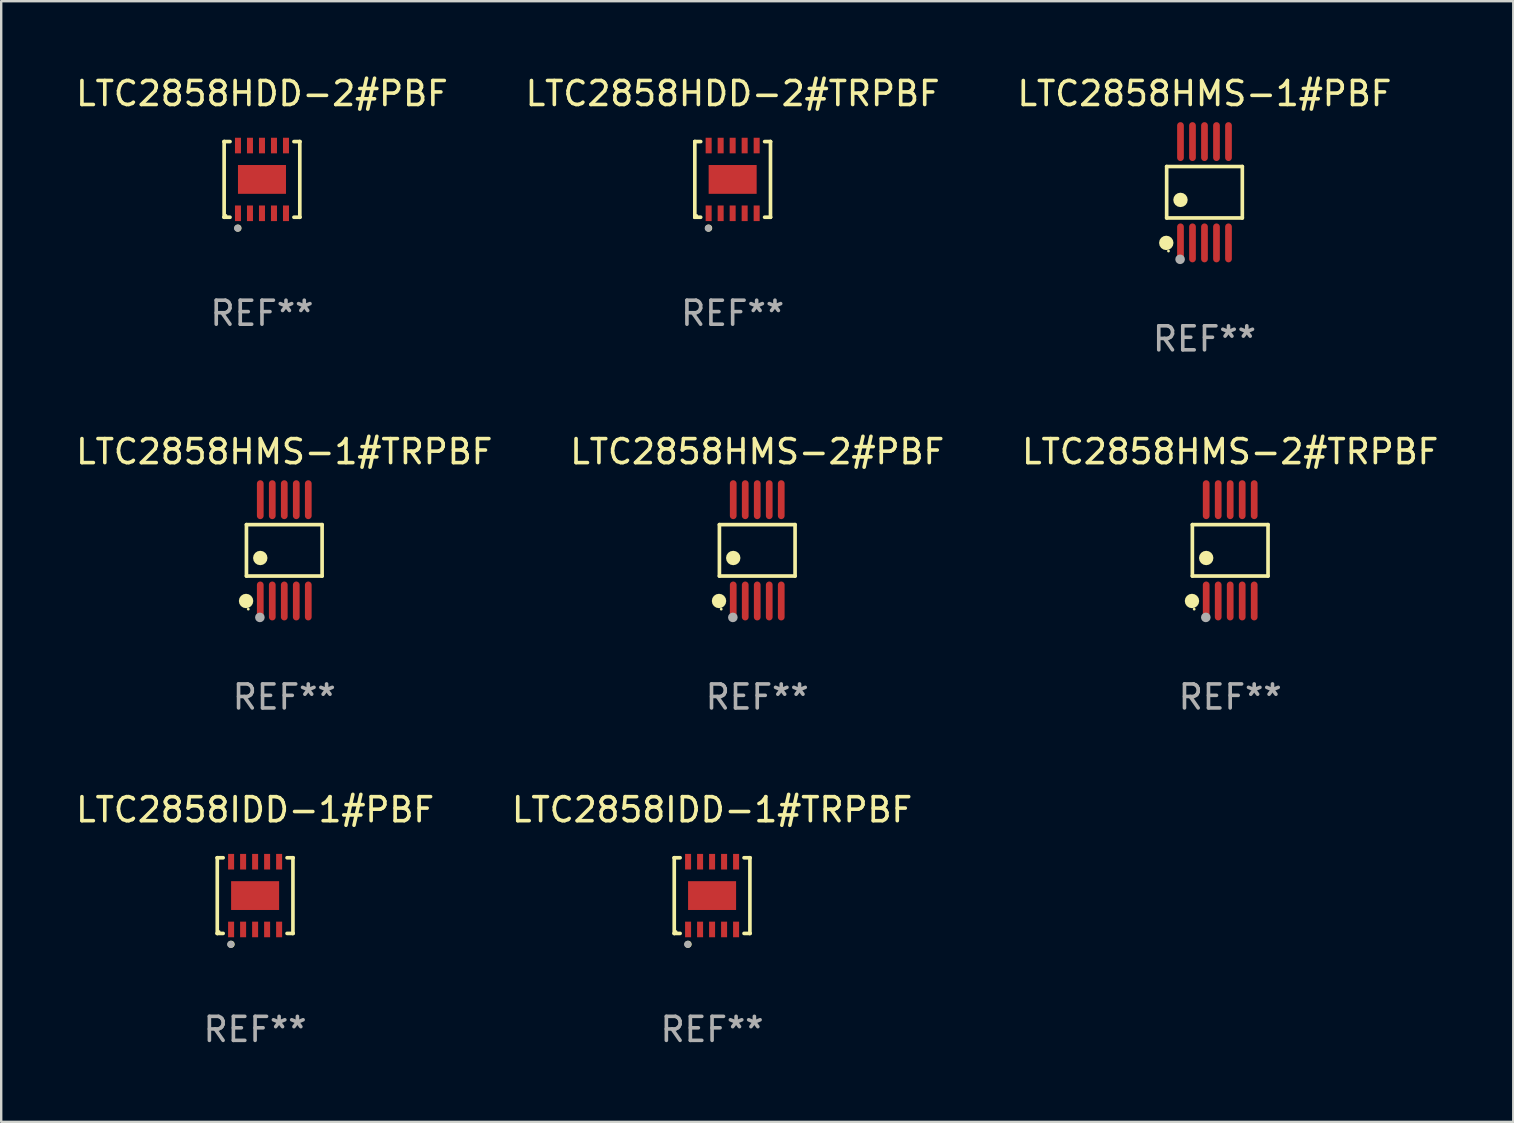
<source format=kicad_pcb>
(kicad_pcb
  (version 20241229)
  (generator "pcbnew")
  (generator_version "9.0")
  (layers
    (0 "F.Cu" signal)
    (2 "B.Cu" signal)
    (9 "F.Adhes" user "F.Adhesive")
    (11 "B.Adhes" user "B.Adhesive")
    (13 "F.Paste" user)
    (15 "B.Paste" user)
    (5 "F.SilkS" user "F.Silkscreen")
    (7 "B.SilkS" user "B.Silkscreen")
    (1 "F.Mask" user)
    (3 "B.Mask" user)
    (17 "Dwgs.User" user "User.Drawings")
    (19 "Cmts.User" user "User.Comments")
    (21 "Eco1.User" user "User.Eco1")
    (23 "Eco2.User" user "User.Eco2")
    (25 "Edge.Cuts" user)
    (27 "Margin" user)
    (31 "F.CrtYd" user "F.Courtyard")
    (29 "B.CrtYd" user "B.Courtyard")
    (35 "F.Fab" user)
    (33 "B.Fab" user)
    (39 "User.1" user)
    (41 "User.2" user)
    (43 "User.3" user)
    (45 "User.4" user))
  (footprint "LTC2858HMS-2#TRPBF"
    (layer "F.Cu")
    (at 48.196 19.875)
    (property "Reference" "LTC2858HMS-2#TRPBF" (at 0 -4.11 0) (layer "F.SilkS") (effects (font (size 1 1) (thickness 0.15))))
    (attr through_hole)
    (fp_line (start -1.576 -1.071) (end 1.576 -1.071) (stroke (width 0.152) (type solid)) (layer "F.SilkS"))
    (fp_line (start -1.576 1.071) (end -1.576 -1.071) (stroke (width 0.152) (type solid)) (layer "F.SilkS"))
    (fp_line (start 1.576 -1.071) (end 1.576 1.071) (stroke (width 0.152) (type solid)) (layer "F.SilkS"))
    (fp_line (start 1.576 1.071) (end -1.576 1.071) (stroke (width 0.152) (type solid)) (layer "F.SilkS"))
    (fp_circle (center -1.592 2.11) (end -1.442 2.11) (stroke (width 0.3) (type solid)) (fill no) (layer "F.SilkS"))
    (fp_circle (center -1.5 2.45) (end -1.47 2.45) (stroke (width 0.06) (type solid)) (fill no) (layer "F.SilkS"))
    (fp_circle (center -1 0.319) (end -0.85 0.319) (stroke (width 0.3) (type solid)) (fill no) (layer "F.SilkS"))
    (fp_circle (center -1.016 2.794) (end -0.916 2.794) (stroke (width 0.2) (type solid)) (fill no) (layer "F.Fab"))
    (fp_text user "REF**" (at 0 6.11 0) (layer "F.Fab") (effects (font (size 1 1) (thickness 0.15))))
    (pad "1" smd oval (at -1 2.11) (size 0.28 1.62) (layers "F.Cu" "F.Mask" "F.Paste"))
    (pad "2" smd oval (at -0.5 2.11) (size 0.28 1.62) (layers "F.Cu" "F.Mask" "F.Paste"))
    (pad "3" smd oval (at 0 2.11) (size 0.28 1.62) (layers "F.Cu" "F.Mask" "F.Paste"))
    (pad "4" smd oval (at 0.5 2.11) (size 0.28 1.62) (layers "F.Cu" "F.Mask" "F.Paste"))
    (pad "5" smd oval (at 1 2.11) (size 0.28 1.62) (layers "F.Cu" "F.Mask" "F.Paste"))
    (pad "6" smd oval (at 1 -2.11) (size 0.28 1.62) (layers "F.Cu" "F.Mask" "F.Paste"))
    (pad "7" smd oval (at 0.5 -2.11) (size 0.28 1.62) (layers "F.Cu" "F.Mask" "F.Paste"))
    (pad "8" smd oval (at 0 -2.11) (size 0.28 1.62) (layers "F.Cu" "F.Mask" "F.Paste"))
    (pad "9" smd oval (at -0.5 -2.11) (size 0.28 1.62) (layers "F.Cu" "F.Mask" "F.Paste"))
    (pad "10" smd oval (at -1 -2.11) (size 0.28 1.62) (layers "F.Cu" "F.Mask" "F.Paste")))
  (footprint "LTC2858HDD-2#PBF"
    (layer "F.Cu")
    (at 7.863 4.424)
    (property "Reference" "LTC2858HDD-2#PBF" (at 0 -3.576 0) (layer "F.SilkS") (effects (font (size 1 1) (thickness 0.15))))
    (attr through_hole)
    (fp_line (start -1.576 -1.576) (end -1.576 -1.576) (stroke (width 0.152) (type solid)) (layer "F.SilkS"))
    (fp_line (start -1.576 -1.576) (end -1.331 -1.576) (stroke (width 0.152) (type solid)) (layer "F.SilkS"))
    (fp_line (start -1.576 1.576) (end -1.576 -1.576) (stroke (width 0.152) (type solid)) (layer "F.SilkS"))
    (fp_line (start -1.576 1.576) (end -1.576 1.576) (stroke (width 0.152) (type solid)) (layer "F.SilkS"))
    (fp_line (start -1.331 1.576) (end -1.576 1.576) (stroke (width 0.152) (type solid)) (layer "F.SilkS"))
    (fp_line (start 1.331 1.576) (end 1.576 1.576) (stroke (width 0.152) (type solid)) (layer "F.SilkS"))
    (fp_line (start 1.576 -1.576) (end 1.331 -1.576) (stroke (width 0.152) (type solid)) (layer "F.SilkS"))
    (fp_line (start 1.576 -1.576) (end 1.576 -1.576) (stroke (width 0.152) (type solid)) (layer "F.SilkS"))
    (fp_line (start 1.576 1.576) (end 1.576 -1.576) (stroke (width 0.152) (type solid)) (layer "F.SilkS"))
    (fp_line (start 1.576 1.576) (end 1.576 1.576) (stroke (width 0.152) (type solid)) (layer "F.SilkS"))
    (fp_circle (center -1.5 1.5) (end -1.47 1.5) (stroke (width 0.06) (type solid)) (fill no) (layer "F.SilkS"))
    (fp_circle (center -1 2.028) (end -0.925 2.028) (stroke (width 0.15) (type solid)) (fill no) (layer "F.SilkS"))
    (fp_circle (center -1.016 2.032) (end -0.941 2.032) (stroke (width 0.15) (type solid)) (fill no) (layer "F.Fab"))
    (fp_text user "REF**" (at 0 5.576 0) (layer "F.Fab") (effects (font (size 1 1) (thickness 0.15))))
    (pad "1" smd rect (at -1 1.411) (size 0.25 0.65) (layers "F.Cu" "F.Mask" "F.Paste"))
    (pad "2" smd rect (at -0.5 1.411) (size 0.25 0.65) (layers "F.Cu" "F.Mask" "F.Paste"))
    (pad "3" smd rect (at 0 1.411) (size 0.25 0.65) (layers "F.Cu" "F.Mask" "F.Paste"))
    (pad "4" smd rect (at 0.5 1.411) (size 0.25 0.65) (layers "F.Cu" "F.Mask" "F.Paste"))
    (pad "5" smd rect (at 1 1.411) (size 0.25 0.65) (layers "F.Cu" "F.Mask" "F.Paste"))
    (pad "6" smd rect (at 1 -1.411) (size 0.25 0.65) (layers "F.Cu" "F.Mask" "F.Paste"))
    (pad "7" smd rect (at 0.5 -1.411) (size 0.25 0.65) (layers "F.Cu" "F.Mask" "F.Paste"))
    (pad "8" smd rect (at 0 -1.411) (size 0.25 0.65) (layers "F.Cu" "F.Mask" "F.Paste"))
    (pad "9" smd rect (at -0.5 -1.411) (size 0.25 0.65) (layers "F.Cu" "F.Mask" "F.Paste"))
    (pad "10" smd rect (at -1 -1.411) (size 0.25 0.65) (layers "F.Cu" "F.Mask" "F.Paste"))
    (pad "11" smd rect (at 0 0) (size 2 1.2) (layers "F.Cu" "F.Mask" "F.Paste")))
  (footprint "LTC2858HMS-2#PBF"
    (layer "F.Cu")
    (at 28.494 19.875)
    (property "Reference" "LTC2858HMS-2#PBF" (at 0 -4.11 0) (layer "F.SilkS") (effects (font (size 1 1) (thickness 0.15))))
    (attr through_hole)
    (fp_line (start -1.576 -1.071) (end 1.576 -1.071) (stroke (width 0.152) (type solid)) (layer "F.SilkS"))
    (fp_line (start -1.576 1.071) (end -1.576 -1.071) (stroke (width 0.152) (type solid)) (layer "F.SilkS"))
    (fp_line (start 1.576 -1.071) (end 1.576 1.071) (stroke (width 0.152) (type solid)) (layer "F.SilkS"))
    (fp_line (start 1.576 1.071) (end -1.576 1.071) (stroke (width 0.152) (type solid)) (layer "F.SilkS"))
    (fp_circle (center -1.592 2.11) (end -1.442 2.11) (stroke (width 0.3) (type solid)) (fill no) (layer "F.SilkS"))
    (fp_circle (center -1.5 2.45) (end -1.47 2.45) (stroke (width 0.06) (type solid)) (fill no) (layer "F.SilkS"))
    (fp_circle (center -1 0.319) (end -0.85 0.319) (stroke (width 0.3) (type solid)) (fill no) (layer "F.SilkS"))
    (fp_circle (center -1.016 2.794) (end -0.916 2.794) (stroke (width 0.2) (type solid)) (fill no) (layer "F.Fab"))
    (fp_text user "REF**" (at 0 6.11 0) (layer "F.Fab") (effects (font (size 1 1) (thickness 0.15))))
    (pad "1" smd oval (at -1 2.11) (size 0.28 1.62) (layers "F.Cu" "F.Mask" "F.Paste"))
    (pad "2" smd oval (at -0.5 2.11) (size 0.28 1.62) (layers "F.Cu" "F.Mask" "F.Paste"))
    (pad "3" smd oval (at 0 2.11) (size 0.28 1.62) (layers "F.Cu" "F.Mask" "F.Paste"))
    (pad "4" smd oval (at 0.5 2.11) (size 0.28 1.62) (layers "F.Cu" "F.Mask" "F.Paste"))
    (pad "5" smd oval (at 1 2.11) (size 0.28 1.62) (layers "F.Cu" "F.Mask" "F.Paste"))
    (pad "6" smd oval (at 1 -2.11) (size 0.28 1.62) (layers "F.Cu" "F.Mask" "F.Paste"))
    (pad "7" smd oval (at 0.5 -2.11) (size 0.28 1.62) (layers "F.Cu" "F.Mask" "F.Paste"))
    (pad "8" smd oval (at 0 -2.11) (size 0.28 1.62) (layers "F.Cu" "F.Mask" "F.Paste"))
    (pad "9" smd oval (at -0.5 -2.11) (size 0.28 1.62) (layers "F.Cu" "F.Mask" "F.Paste"))
    (pad "10" smd oval (at -1 -2.11) (size 0.28 1.62) (layers "F.Cu" "F.Mask" "F.Paste")))
  (footprint "LTC2858IDD-1#PBF"
    (layer "F.Cu")
    (at 7.577 34.257)
    (property "Reference" "LTC2858IDD-1#PBF" (at 0 -3.576 0) (layer "F.SilkS") (effects (font (size 1 1) (thickness 0.15))))
    (attr through_hole)
    (fp_line (start -1.576 -1.576) (end -1.576 -1.576) (stroke (width 0.152) (type solid)) (layer "F.SilkS"))
    (fp_line (start -1.576 -1.576) (end -1.331 -1.576) (stroke (width 0.152) (type solid)) (layer "F.SilkS"))
    (fp_line (start -1.576 1.576) (end -1.576 -1.576) (stroke (width 0.152) (type solid)) (layer "F.SilkS"))
    (fp_line (start -1.576 1.576) (end -1.576 1.576) (stroke (width 0.152) (type solid)) (layer "F.SilkS"))
    (fp_line (start -1.331 1.576) (end -1.576 1.576) (stroke (width 0.152) (type solid)) (layer "F.SilkS"))
    (fp_line (start 1.331 1.576) (end 1.576 1.576) (stroke (width 0.152) (type solid)) (layer "F.SilkS"))
    (fp_line (start 1.576 -1.576) (end 1.331 -1.576) (stroke (width 0.152) (type solid)) (layer "F.SilkS"))
    (fp_line (start 1.576 -1.576) (end 1.576 -1.576) (stroke (width 0.152) (type solid)) (layer "F.SilkS"))
    (fp_line (start 1.576 1.576) (end 1.576 -1.576) (stroke (width 0.152) (type solid)) (layer "F.SilkS"))
    (fp_line (start 1.576 1.576) (end 1.576 1.576) (stroke (width 0.152) (type solid)) (layer "F.SilkS"))
    (fp_circle (center -1.5 1.5) (end -1.47 1.5) (stroke (width 0.06) (type solid)) (fill no) (layer "F.SilkS"))
    (fp_circle (center -1 2.028) (end -0.925 2.028) (stroke (width 0.15) (type solid)) (fill no) (layer "F.SilkS"))
    (fp_circle (center -1.016 2.032) (end -0.941 2.032) (stroke (width 0.15) (type solid)) (fill no) (layer "F.Fab"))
    (fp_text user "REF**" (at 0 5.576 0) (layer "F.Fab") (effects (font (size 1 1) (thickness 0.15))))
    (pad "1" smd rect (at -1 1.411) (size 0.25 0.65) (layers "F.Cu" "F.Mask" "F.Paste"))
    (pad "2" smd rect (at -0.5 1.411) (size 0.25 0.65) (layers "F.Cu" "F.Mask" "F.Paste"))
    (pad "3" smd rect (at 0 1.411) (size 0.25 0.65) (layers "F.Cu" "F.Mask" "F.Paste"))
    (pad "4" smd rect (at 0.5 1.411) (size 0.25 0.65) (layers "F.Cu" "F.Mask" "F.Paste"))
    (pad "5" smd rect (at 1 1.411) (size 0.25 0.65) (layers "F.Cu" "F.Mask" "F.Paste"))
    (pad "6" smd rect (at 1 -1.411) (size 0.25 0.65) (layers "F.Cu" "F.Mask" "F.Paste"))
    (pad "7" smd rect (at 0.5 -1.411) (size 0.25 0.65) (layers "F.Cu" "F.Mask" "F.Paste"))
    (pad "8" smd rect (at 0 -1.411) (size 0.25 0.65) (layers "F.Cu" "F.Mask" "F.Paste"))
    (pad "9" smd rect (at -0.5 -1.411) (size 0.25 0.65) (layers "F.Cu" "F.Mask" "F.Paste"))
    (pad "10" smd rect (at -1 -1.411) (size 0.25 0.65) (layers "F.Cu" "F.Mask" "F.Paste"))
    (pad "11" smd rect (at 0 0) (size 2 1.2) (layers "F.Cu" "F.Mask" "F.Paste")))
  (footprint "LTC2858HDD-2#TRPBF"
    (layer "F.Cu")
    (at 27.47 4.424)
    (property "Reference" "LTC2858HDD-2#TRPBF" (at 0 -3.576 0) (layer "F.SilkS") (effects (font (size 1 1) (thickness 0.15))))
    (attr through_hole)
    (fp_line (start -1.576 -1.576) (end -1.576 -1.576) (stroke (width 0.152) (type solid)) (layer "F.SilkS"))
    (fp_line (start -1.576 -1.576) (end -1.331 -1.576) (stroke (width 0.152) (type solid)) (layer "F.SilkS"))
    (fp_line (start -1.576 1.576) (end -1.576 -1.576) (stroke (width 0.152) (type solid)) (layer "F.SilkS"))
    (fp_line (start -1.576 1.576) (end -1.576 1.576) (stroke (width 0.152) (type solid)) (layer "F.SilkS"))
    (fp_line (start -1.331 1.576) (end -1.576 1.576) (stroke (width 0.152) (type solid)) (layer "F.SilkS"))
    (fp_line (start 1.331 1.576) (end 1.576 1.576) (stroke (width 0.152) (type solid)) (layer "F.SilkS"))
    (fp_line (start 1.576 -1.576) (end 1.331 -1.576) (stroke (width 0.152) (type solid)) (layer "F.SilkS"))
    (fp_line (start 1.576 -1.576) (end 1.576 -1.576) (stroke (width 0.152) (type solid)) (layer "F.SilkS"))
    (fp_line (start 1.576 1.576) (end 1.576 -1.576) (stroke (width 0.152) (type solid)) (layer "F.SilkS"))
    (fp_line (start 1.576 1.576) (end 1.576 1.576) (stroke (width 0.152) (type solid)) (layer "F.SilkS"))
    (fp_circle (center -1.5 1.5) (end -1.47 1.5) (stroke (width 0.06) (type solid)) (fill no) (layer "F.SilkS"))
    (fp_circle (center -1 2.028) (end -0.925 2.028) (stroke (width 0.15) (type solid)) (fill no) (layer "F.SilkS"))
    (fp_circle (center -1.016 2.032) (end -0.941 2.032) (stroke (width 0.15) (type solid)) (fill no) (layer "F.Fab"))
    (fp_text user "REF**" (at 0 5.576 0) (layer "F.Fab") (effects (font (size 1 1) (thickness 0.15))))
    (pad "1" smd rect (at -1 1.411) (size 0.25 0.65) (layers "F.Cu" "F.Mask" "F.Paste"))
    (pad "2" smd rect (at -0.5 1.411) (size 0.25 0.65) (layers "F.Cu" "F.Mask" "F.Paste"))
    (pad "3" smd rect (at 0 1.411) (size 0.25 0.65) (layers "F.Cu" "F.Mask" "F.Paste"))
    (pad "4" smd rect (at 0.5 1.411) (size 0.25 0.65) (layers "F.Cu" "F.Mask" "F.Paste"))
    (pad "5" smd rect (at 1 1.411) (size 0.25 0.65) (layers "F.Cu" "F.Mask" "F.Paste"))
    (pad "6" smd rect (at 1 -1.411) (size 0.25 0.65) (layers "F.Cu" "F.Mask" "F.Paste"))
    (pad "7" smd rect (at 0.5 -1.411) (size 0.25 0.65) (layers "F.Cu" "F.Mask" "F.Paste"))
    (pad "8" smd rect (at 0 -1.411) (size 0.25 0.65) (layers "F.Cu" "F.Mask" "F.Paste"))
    (pad "9" smd rect (at -0.5 -1.411) (size 0.25 0.65) (layers "F.Cu" "F.Mask" "F.Paste"))
    (pad "10" smd rect (at -1 -1.411) (size 0.25 0.65) (layers "F.Cu" "F.Mask" "F.Paste"))
    (pad "11" smd rect (at 0 0) (size 2 1.2) (layers "F.Cu" "F.Mask" "F.Paste")))
  (footprint "LTC2858HMS-1#PBF"
    (layer "F.Cu")
    (at 47.125 4.958)
    (property "Reference" "LTC2858HMS-1#PBF" (at 0 -4.11 0) (layer "F.SilkS") (effects (font (size 1 1) (thickness 0.15))))
    (attr through_hole)
    (fp_line (start -1.576 -1.071) (end 1.576 -1.071) (stroke (width 0.152) (type solid)) (layer "F.SilkS"))
    (fp_line (start -1.576 1.071) (end -1.576 -1.071) (stroke (width 0.152) (type solid)) (layer "F.SilkS"))
    (fp_line (start 1.576 -1.071) (end 1.576 1.071) (stroke (width 0.152) (type solid)) (layer "F.SilkS"))
    (fp_line (start 1.576 1.071) (end -1.576 1.071) (stroke (width 0.152) (type solid)) (layer "F.SilkS"))
    (fp_circle (center -1.592 2.11) (end -1.442 2.11) (stroke (width 0.3) (type solid)) (fill no) (layer "F.SilkS"))
    (fp_circle (center -1.5 2.45) (end -1.47 2.45) (stroke (width 0.06) (type solid)) (fill no) (layer "F.SilkS"))
    (fp_circle (center -1 0.319) (end -0.85 0.319) (stroke (width 0.3) (type solid)) (fill no) (layer "F.SilkS"))
    (fp_circle (center -1.016 2.794) (end -0.916 2.794) (stroke (width 0.2) (type solid)) (fill no) (layer "F.Fab"))
    (fp_text user "REF**" (at 0 6.11 0) (layer "F.Fab") (effects (font (size 1 1) (thickness 0.15))))
    (pad "1" smd oval (at -1 2.11) (size 0.28 1.62) (layers "F.Cu" "F.Mask" "F.Paste"))
    (pad "2" smd oval (at -0.5 2.11) (size 0.28 1.62) (layers "F.Cu" "F.Mask" "F.Paste"))
    (pad "3" smd oval (at 0 2.11) (size 0.28 1.62) (layers "F.Cu" "F.Mask" "F.Paste"))
    (pad "4" smd oval (at 0.5 2.11) (size 0.28 1.62) (layers "F.Cu" "F.Mask" "F.Paste"))
    (pad "5" smd oval (at 1 2.11) (size 0.28 1.62) (layers "F.Cu" "F.Mask" "F.Paste"))
    (pad "6" smd oval (at 1 -2.11) (size 0.28 1.62) (layers "F.Cu" "F.Mask" "F.Paste"))
    (pad "7" smd oval (at 0.5 -2.11) (size 0.28 1.62) (layers "F.Cu" "F.Mask" "F.Paste"))
    (pad "8" smd oval (at 0 -2.11) (size 0.28 1.62) (layers "F.Cu" "F.Mask" "F.Paste"))
    (pad "9" smd oval (at -0.5 -2.11) (size 0.28 1.62) (layers "F.Cu" "F.Mask" "F.Paste"))
    (pad "10" smd oval (at -1 -2.11) (size 0.28 1.62) (layers "F.Cu" "F.Mask" "F.Paste")))
  (footprint "LTC2858HMS-1#TRPBF"
    (layer "F.Cu")
    (at 8.792 19.875)
    (property "Reference" "LTC2858HMS-1#TRPBF" (at 0 -4.11 0) (layer "F.SilkS") (effects (font (size 1 1) (thickness 0.15))))
    (attr through_hole)
    (fp_line (start -1.576 -1.071) (end 1.576 -1.071) (stroke (width 0.152) (type solid)) (layer "F.SilkS"))
    (fp_line (start -1.576 1.071) (end -1.576 -1.071) (stroke (width 0.152) (type solid)) (layer "F.SilkS"))
    (fp_line (start 1.576 -1.071) (end 1.576 1.071) (stroke (width 0.152) (type solid)) (layer "F.SilkS"))
    (fp_line (start 1.576 1.071) (end -1.576 1.071) (stroke (width 0.152) (type solid)) (layer "F.SilkS"))
    (fp_circle (center -1.592 2.11) (end -1.442 2.11) (stroke (width 0.3) (type solid)) (fill no) (layer "F.SilkS"))
    (fp_circle (center -1.5 2.45) (end -1.47 2.45) (stroke (width 0.06) (type solid)) (fill no) (layer "F.SilkS"))
    (fp_circle (center -1 0.319) (end -0.85 0.319) (stroke (width 0.3) (type solid)) (fill no) (layer "F.SilkS"))
    (fp_circle (center -1.016 2.794) (end -0.916 2.794) (stroke (width 0.2) (type solid)) (fill no) (layer "F.Fab"))
    (fp_text user "REF**" (at 0 6.11 0) (layer "F.Fab") (effects (font (size 1 1) (thickness 0.15))))
    (pad "1" smd oval (at -1 2.11) (size 0.28 1.62) (layers "F.Cu" "F.Mask" "F.Paste"))
    (pad "2" smd oval (at -0.5 2.11) (size 0.28 1.62) (layers "F.Cu" "F.Mask" "F.Paste"))
    (pad "3" smd oval (at 0 2.11) (size 0.28 1.62) (layers "F.Cu" "F.Mask" "F.Paste"))
    (pad "4" smd oval (at 0.5 2.11) (size 0.28 1.62) (layers "F.Cu" "F.Mask" "F.Paste"))
    (pad "5" smd oval (at 1 2.11) (size 0.28 1.62) (layers "F.Cu" "F.Mask" "F.Paste"))
    (pad "6" smd oval (at 1 -2.11) (size 0.28 1.62) (layers "F.Cu" "F.Mask" "F.Paste"))
    (pad "7" smd oval (at 0.5 -2.11) (size 0.28 1.62) (layers "F.Cu" "F.Mask" "F.Paste"))
    (pad "8" smd oval (at 0 -2.11) (size 0.28 1.62) (layers "F.Cu" "F.Mask" "F.Paste"))
    (pad "9" smd oval (at -0.5 -2.11) (size 0.28 1.62) (layers "F.Cu" "F.Mask" "F.Paste"))
    (pad "10" smd oval (at -1 -2.11) (size 0.28 1.62) (layers "F.Cu" "F.Mask" "F.Paste")))
  (footprint "LTC2858IDD-1#TRPBF"
    (layer "F.Cu")
    (at 26.613 34.257)
    (property "Reference" "LTC2858IDD-1#TRPBF" (at 0 -3.576 0) (layer "F.SilkS") (effects (font (size 1 1) (thickness 0.15))))
    (attr through_hole)
    (fp_line (start -1.576 -1.576) (end -1.576 -1.576) (stroke (width 0.152) (type solid)) (layer "F.SilkS"))
    (fp_line (start -1.576 -1.576) (end -1.331 -1.576) (stroke (width 0.152) (type solid)) (layer "F.SilkS"))
    (fp_line (start -1.576 1.576) (end -1.576 -1.576) (stroke (width 0.152) (type solid)) (layer "F.SilkS"))
    (fp_line (start -1.576 1.576) (end -1.576 1.576) (stroke (width 0.152) (type solid)) (layer "F.SilkS"))
    (fp_line (start -1.331 1.576) (end -1.576 1.576) (stroke (width 0.152) (type solid)) (layer "F.SilkS"))
    (fp_line (start 1.331 1.576) (end 1.576 1.576) (stroke (width 0.152) (type solid)) (layer "F.SilkS"))
    (fp_line (start 1.576 -1.576) (end 1.331 -1.576) (stroke (width 0.152) (type solid)) (layer "F.SilkS"))
    (fp_line (start 1.576 -1.576) (end 1.576 -1.576) (stroke (width 0.152) (type solid)) (layer "F.SilkS"))
    (fp_line (start 1.576 1.576) (end 1.576 -1.576) (stroke (width 0.152) (type solid)) (layer "F.SilkS"))
    (fp_line (start 1.576 1.576) (end 1.576 1.576) (stroke (width 0.152) (type solid)) (layer "F.SilkS"))
    (fp_circle (center -1.5 1.5) (end -1.47 1.5) (stroke (width 0.06) (type solid)) (fill no) (layer "F.SilkS"))
    (fp_circle (center -1 2.028) (end -0.925 2.028) (stroke (width 0.15) (type solid)) (fill no) (layer "F.SilkS"))
    (fp_circle (center -1.016 2.032) (end -0.941 2.032) (stroke (width 0.15) (type solid)) (fill no) (layer "F.Fab"))
    (fp_text user "REF**" (at 0 5.576 0) (layer "F.Fab") (effects (font (size 1 1) (thickness 0.15))))
    (pad "1" smd rect (at -1 1.411) (size 0.25 0.65) (layers "F.Cu" "F.Mask" "F.Paste"))
    (pad "2" smd rect (at -0.5 1.411) (size 0.25 0.65) (layers "F.Cu" "F.Mask" "F.Paste"))
    (pad "3" smd rect (at 0 1.411) (size 0.25 0.65) (layers "F.Cu" "F.Mask" "F.Paste"))
    (pad "4" smd rect (at 0.5 1.411) (size 0.25 0.65) (layers "F.Cu" "F.Mask" "F.Paste"))
    (pad "5" smd rect (at 1 1.411) (size 0.25 0.65) (layers "F.Cu" "F.Mask" "F.Paste"))
    (pad "6" smd rect (at 1 -1.411) (size 0.25 0.65) (layers "F.Cu" "F.Mask" "F.Paste"))
    (pad "7" smd rect (at 0.5 -1.411) (size 0.25 0.65) (layers "F.Cu" "F.Mask" "F.Paste"))
    (pad "8" smd rect (at 0 -1.411) (size 0.25 0.65) (layers "F.Cu" "F.Mask" "F.Paste"))
    (pad "9" smd rect (at -0.5 -1.411) (size 0.25 0.65) (layers "F.Cu" "F.Mask" "F.Paste"))
    (pad "10" smd rect (at -1 -1.411) (size 0.25 0.65) (layers "F.Cu" "F.Mask" "F.Paste"))
    (pad "11" smd rect (at 0 0) (size 2 1.2) (layers "F.Cu" "F.Mask" "F.Paste")))
  (gr_rect
    (start -3 -3)
    (end 59.988 43.682)
    (stroke (width 0.1) (type default))
    (fill no)
    (layer "Edge.Cuts")))
</source>
